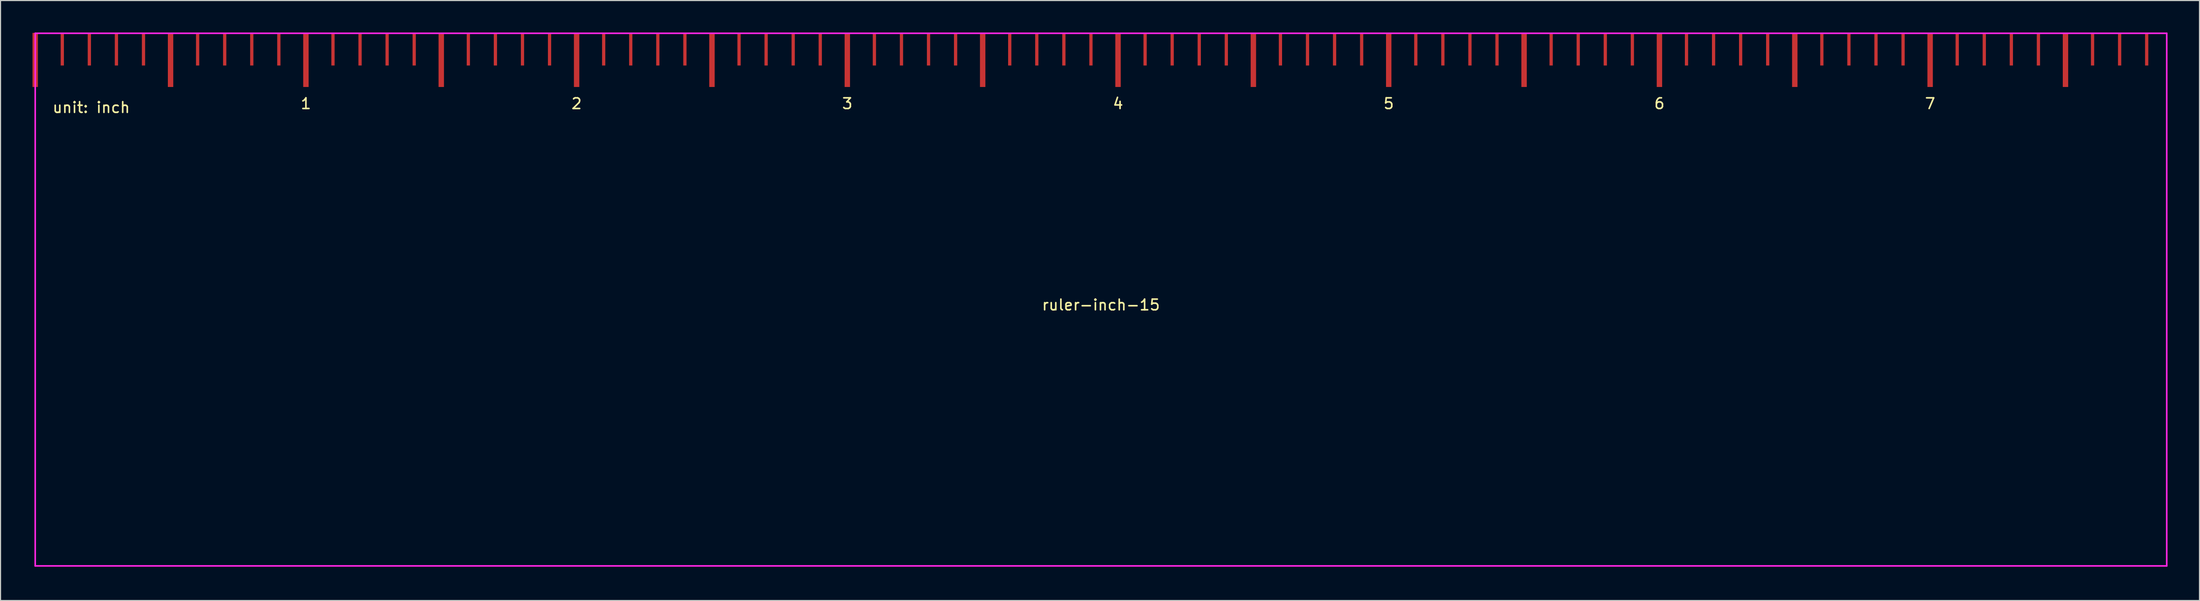
<source format=kicad_pcb>
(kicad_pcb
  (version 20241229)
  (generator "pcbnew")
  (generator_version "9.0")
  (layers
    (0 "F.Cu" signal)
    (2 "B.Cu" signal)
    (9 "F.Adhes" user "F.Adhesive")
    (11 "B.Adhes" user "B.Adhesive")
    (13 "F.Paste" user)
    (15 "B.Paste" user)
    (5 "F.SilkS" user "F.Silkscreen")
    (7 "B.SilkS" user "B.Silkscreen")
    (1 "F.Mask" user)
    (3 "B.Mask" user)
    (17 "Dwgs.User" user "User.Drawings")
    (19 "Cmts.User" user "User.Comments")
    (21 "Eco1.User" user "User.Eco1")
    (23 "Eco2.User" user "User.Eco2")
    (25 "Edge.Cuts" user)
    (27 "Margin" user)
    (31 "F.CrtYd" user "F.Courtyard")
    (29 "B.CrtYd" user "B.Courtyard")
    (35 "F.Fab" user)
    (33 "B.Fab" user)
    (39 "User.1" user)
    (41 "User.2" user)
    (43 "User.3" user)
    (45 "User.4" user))
  (footprint "ruler-inch-15"
    (layer "F.Cu")
    (at 0.254 50.075)
    (property "Reference" "ruler-inch-15" (at 100 -24.5 0) (layer "F.SilkS") (effects (font (size 1 1) (thickness 0.15))))
    (attr exclude_from_pos_files exclude_from_bom)
    (fp_line (start 0 0) (end 0 -50) (stroke (width 0.15) (type solid)) (layer "F.CrtYd"))
    (fp_line (start 200 -50) (end 0 -50) (stroke (width 0.15) (type solid)) (layer "F.CrtYd"))
    (fp_line (start 200 0) (end 0 0) (stroke (width 0.15) (type solid)) (layer "F.CrtYd"))
    (fp_line (start 200 0) (end 200 -50) (stroke (width 0.15) (type solid)) (layer "F.CrtYd"))
    (fp_text user "6" (at 152.4 -43.396 0) (layer "F.SilkS") (effects (font (size 1 1) (thickness 0.15))))
    (fp_text user "unit: inch" (at 5.258 -43.034 0) (layer "F.SilkS") (effects (font (size 1 1) (thickness 0.15))))
    (fp_text user "1" (at 25.4 -43.396 0) (layer "F.SilkS") (effects (font (size 1 1) (thickness 0.15))))
    (fp_text user "5" (at 127 -43.396 0) (layer "F.SilkS") (effects (font (size 1 1) (thickness 0.15))))
    (fp_text user "3" (at 76.2 -43.396 0) (layer "F.SilkS") (effects (font (size 1 1) (thickness 0.15))))
    (fp_text user "4" (at 101.6 -43.396 0) (layer "F.SilkS") (effects (font (size 1 1) (thickness 0.15))))
    (fp_text user "2" (at 50.8 -43.396 0) (layer "F.SilkS") (effects (font (size 1 1) (thickness 0.15))))
    (fp_text user "7" (at 177.8 -43.396 0) (layer "F.SilkS") (effects (font (size 1 1) (thickness 0.15))))
    (pad "1" smd rect (at 0 -47.5) (size 0.508 5.08) (layers "F.Cu" "F.Mask" "F.Paste"))
    (pad "1" smd rect (at 2.54 -48.5) (size 0.305 3.048) (layers "F.Cu" "F.Mask" "F.Paste"))
    (pad "21" smd rect (at 5.08 -48.5) (size 0.305 3.048) (layers "F.Cu" "F.Mask" "F.Paste"))
    (pad "21" smd rect (at 12.7 -47.5) (size 0.508 5.08) (layers "F.Cu" "F.Mask" "F.Paste"))
    (pad "21" smd rect (at 15.24 -48.5) (size 0.305 3.048) (layers "F.Cu" "F.Mask" "F.Paste"))
    (pad "21" smd rect (at 17.78 -48.5) (size 0.305 3.048) (layers "F.Cu" "F.Mask" "F.Paste"))
    (pad "21" smd rect (at 20.32 -48.5) (size 0.305 3.048) (layers "F.Cu" "F.Mask" "F.Paste"))
    (pad "21" smd rect (at 22.86 -48.5) (size 0.305 3.048) (layers "F.Cu" "F.Mask" "F.Paste"))
    (pad "31" smd rect (at 7.62 -48.5) (size 0.305 3.048) (layers "F.Cu" "F.Mask" "F.Paste"))
    (pad "31" smd rect (at 25.4 -47.5) (size 0.508 5.08) (layers "F.Cu" "F.Mask" "F.Paste"))
    (pad "31" smd rect (at 27.94 -48.5) (size 0.305 3.048) (layers "F.Cu" "F.Mask" "F.Paste"))
    (pad "31" smd rect (at 30.48 -48.5) (size 0.305 3.048) (layers "F.Cu" "F.Mask" "F.Paste"))
    (pad "31" smd rect (at 33.02 -48.5) (size 0.305 3.048) (layers "F.Cu" "F.Mask" "F.Paste"))
    (pad "31" smd rect (at 35.56 -48.5) (size 0.305 3.048) (layers "F.Cu" "F.Mask" "F.Paste"))
    (pad "41" smd rect (at 10.16 -48.5) (size 0.305 3.048) (layers "F.Cu" "F.Mask" "F.Paste"))
    (pad "41" smd rect (at 38.1 -47.5) (size 0.508 5.08) (layers "F.Cu" "F.Mask" "F.Paste"))
    (pad "41" smd rect (at 40.64 -48.5) (size 0.305 3.048) (layers "F.Cu" "F.Mask" "F.Paste"))
    (pad "41" smd rect (at 43.18 -48.5) (size 0.305 3.048) (layers "F.Cu" "F.Mask" "F.Paste"))
    (pad "41" smd rect (at 45.72 -48.5) (size 0.305 3.048) (layers "F.Cu" "F.Mask" "F.Paste"))
    (pad "41" smd rect (at 48.26 -48.5) (size 0.305 3.048) (layers "F.Cu" "F.Mask" "F.Paste"))
    (pad "51" smd rect (at 50.8 -47.5) (size 0.508 5.08) (layers "F.Cu" "F.Mask" "F.Paste"))
    (pad "51" smd rect (at 53.34 -48.5) (size 0.305 3.048) (layers "F.Cu" "F.Mask" "F.Paste"))
    (pad "51" smd rect (at 55.88 -48.5) (size 0.305 3.048) (layers "F.Cu" "F.Mask" "F.Paste"))
    (pad "51" smd rect (at 58.42 -48.5) (size 0.305 3.048) (layers "F.Cu" "F.Mask" "F.Paste"))
    (pad "51" smd rect (at 60.96 -48.5) (size 0.305 3.048) (layers "F.Cu" "F.Mask" "F.Paste"))
    (pad "61" smd rect (at 63.5 -47.5) (size 0.508 5.08) (layers "F.Cu" "F.Mask" "F.Paste"))
    (pad "61" smd rect (at 66.04 -48.5) (size 0.305 3.048) (layers "F.Cu" "F.Mask" "F.Paste"))
    (pad "61" smd rect (at 68.58 -48.5) (size 0.305 3.048) (layers "F.Cu" "F.Mask" "F.Paste"))
    (pad "61" smd rect (at 71.12 -48.5) (size 0.305 3.048) (layers "F.Cu" "F.Mask" "F.Paste"))
    (pad "61" smd rect (at 73.66 -48.5) (size 0.305 3.048) (layers "F.Cu" "F.Mask" "F.Paste"))
    (pad "71" smd rect (at 76.2 -47.5) (size 0.508 5.08) (layers "F.Cu" "F.Mask" "F.Paste"))
    (pad "71" smd rect (at 78.74 -48.5) (size 0.305 3.048) (layers "F.Cu" "F.Mask" "F.Paste"))
    (pad "71" smd rect (at 81.28 -48.5) (size 0.305 3.048) (layers "F.Cu" "F.Mask" "F.Paste"))
    (pad "71" smd rect (at 83.82 -48.5) (size 0.305 3.048) (layers "F.Cu" "F.Mask" "F.Paste"))
    (pad "71" smd rect (at 86.36 -48.5) (size 0.305 3.048) (layers "F.Cu" "F.Mask" "F.Paste"))
    (pad "81" smd rect (at 88.9 -47.5) (size 0.508 5.08) (layers "F.Cu" "F.Mask" "F.Paste"))
    (pad "81" smd rect (at 91.44 -48.5) (size 0.305 3.048) (layers "F.Cu" "F.Mask" "F.Paste"))
    (pad "81" smd rect (at 93.98 -48.5) (size 0.305 3.048) (layers "F.Cu" "F.Mask" "F.Paste"))
    (pad "81" smd rect (at 96.52 -48.5) (size 0.305 3.048) (layers "F.Cu" "F.Mask" "F.Paste"))
    (pad "81" smd rect (at 99.06 -48.5) (size 0.305 3.048) (layers "F.Cu" "F.Mask" "F.Paste"))
    (pad "91" smd rect (at 101.6 -47.5) (size 0.508 5.08) (layers "F.Cu" "F.Mask" "F.Paste"))
    (pad "91" smd rect (at 104.14 -48.5) (size 0.305 3.048) (layers "F.Cu" "F.Mask" "F.Paste"))
    (pad "91" smd rect (at 106.68 -48.5) (size 0.305 3.048) (layers "F.Cu" "F.Mask" "F.Paste"))
    (pad "91" smd rect (at 109.22 -48.5) (size 0.305 3.048) (layers "F.Cu" "F.Mask" "F.Paste"))
    (pad "91" smd rect (at 111.76 -48.5) (size 0.305 3.048) (layers "F.Cu" "F.Mask" "F.Paste"))
    (pad "101" smd rect (at 114.3 -47.5) (size 0.508 5.08) (layers "F.Cu" "F.Mask" "F.Paste"))
    (pad "101" smd rect (at 116.84 -48.5) (size 0.305 3.048) (layers "F.Cu" "F.Mask" "F.Paste"))
    (pad "101" smd rect (at 119.38 -48.5) (size 0.305 3.048) (layers "F.Cu" "F.Mask" "F.Paste"))
    (pad "101" smd rect (at 121.92 -48.5) (size 0.305 3.048) (layers "F.Cu" "F.Mask" "F.Paste"))
    (pad "101" smd rect (at 124.46 -48.5) (size 0.305 3.048) (layers "F.Cu" "F.Mask" "F.Paste"))
    (pad "111" smd rect (at 127 -47.5) (size 0.508 5.08) (layers "F.Cu" "F.Mask" "F.Paste"))
    (pad "111" smd rect (at 129.54 -48.5) (size 0.305 3.048) (layers "F.Cu" "F.Mask" "F.Paste"))
    (pad "111" smd rect (at 132.08 -48.5) (size 0.305 3.048) (layers "F.Cu" "F.Mask" "F.Paste"))
    (pad "111" smd rect (at 134.62 -48.5) (size 0.305 3.048) (layers "F.Cu" "F.Mask" "F.Paste"))
    (pad "111" smd rect (at 137.16 -48.5) (size 0.305 3.048) (layers "F.Cu" "F.Mask" "F.Paste"))
    (pad "121" smd rect (at 139.7 -47.5) (size 0.508 5.08) (layers "F.Cu" "F.Mask" "F.Paste"))
    (pad "121" smd rect (at 142.24 -48.5) (size 0.305 3.048) (layers "F.Cu" "F.Mask" "F.Paste"))
    (pad "121" smd rect (at 144.78 -48.5) (size 0.305 3.048) (layers "F.Cu" "F.Mask" "F.Paste"))
    (pad "121" smd rect (at 147.32 -48.5) (size 0.305 3.048) (layers "F.Cu" "F.Mask" "F.Paste"))
    (pad "121" smd rect (at 149.86 -48.5) (size 0.305 3.048) (layers "F.Cu" "F.Mask" "F.Paste"))
    (pad "131" smd rect (at 152.4 -47.5) (size 0.508 5.08) (layers "F.Cu" "F.Mask" "F.Paste"))
    (pad "131" smd rect (at 154.94 -48.5) (size 0.305 3.048) (layers "F.Cu" "F.Mask" "F.Paste"))
    (pad "131" smd rect (at 157.48 -48.5) (size 0.305 3.048) (layers "F.Cu" "F.Mask" "F.Paste"))
    (pad "131" smd rect (at 160.02 -48.5) (size 0.305 3.048) (layers "F.Cu" "F.Mask" "F.Paste"))
    (pad "131" smd rect (at 162.56 -48.5) (size 0.305 3.048) (layers "F.Cu" "F.Mask" "F.Paste"))
    (pad "141" smd rect (at 165.1 -47.5) (size 0.508 5.08) (layers "F.Cu" "F.Mask" "F.Paste"))
    (pad "141" smd rect (at 167.64 -48.5) (size 0.305 3.048) (layers "F.Cu" "F.Mask" "F.Paste"))
    (pad "141" smd rect (at 170.18 -48.5) (size 0.305 3.048) (layers "F.Cu" "F.Mask" "F.Paste"))
    (pad "141" smd rect (at 172.72 -48.5) (size 0.305 3.048) (layers "F.Cu" "F.Mask" "F.Paste"))
    (pad "141" smd rect (at 175.26 -48.5) (size 0.305 3.048) (layers "F.Cu" "F.Mask" "F.Paste"))
    (pad "151" smd rect (at 177.8 -47.5) (size 0.508 5.08) (layers "F.Cu" "F.Mask" "F.Paste"))
    (pad "151" smd rect (at 180.34 -48.5) (size 0.305 3.048) (layers "F.Cu" "F.Mask" "F.Paste"))
    (pad "151" smd rect (at 182.88 -48.5) (size 0.305 3.048) (layers "F.Cu" "F.Mask" "F.Paste"))
    (pad "151" smd rect (at 185.42 -48.5) (size 0.305 3.048) (layers "F.Cu" "F.Mask" "F.Paste"))
    (pad "151" smd rect (at 187.96 -48.5) (size 0.305 3.048) (layers "F.Cu" "F.Mask" "F.Paste"))
    (pad "161" smd rect (at 190.5 -47.5) (size 0.508 5.08) (layers "F.Cu" "F.Mask" "F.Paste"))
    (pad "161" smd rect (at 193.04 -48.5) (size 0.305 3.048) (layers "F.Cu" "F.Mask" "F.Paste"))
    (pad "161" smd rect (at 195.58 -48.5) (size 0.305 3.048) (layers "F.Cu" "F.Mask" "F.Paste"))
    (pad "161" smd rect (at 198.12 -48.5) (size 0.305 3.048) (layers "F.Cu" "F.Mask" "F.Paste")))
  (gr_rect
    (start -3 -3)
    (end 203.329 53.325)
    (stroke (width 0.1) (type default))
    (fill no)
    (layer "Edge.Cuts")))
</source>
